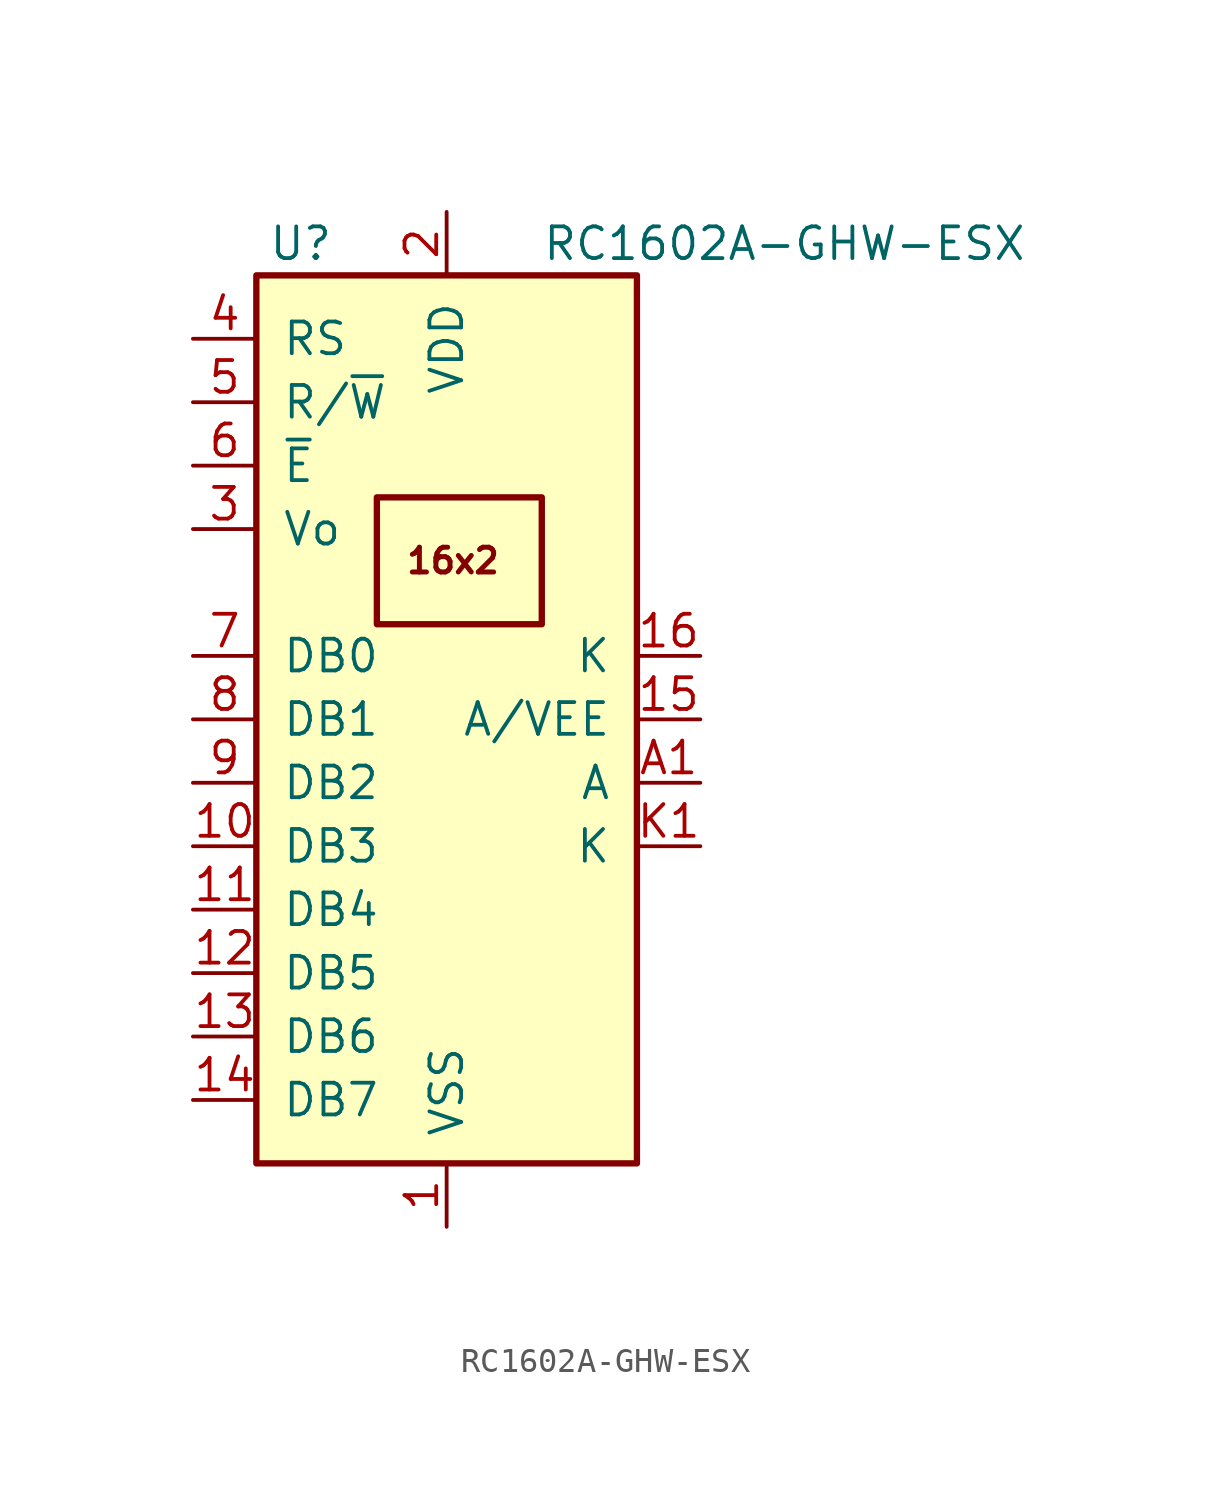
<source format=kicad_sym>
(kicad_symbol_lib
  (version 20231120)
  (generator "kicad_symbol_editor")
  (generator_version "8.0")
  (symbol "RC1602A-GHW-ESX"
    (pin_names
      (offset 1.016))
    (property "Reference" "U"
      (at -5.842 19.05 0)
      (effects (font (size 1.27 1.27))))
    (property "Value" "RC1602A-GHW-ESX"
      (at 3.81 19.05 0)
      (effects (font (size 1.27 1.27)) (justify left)))
    (symbol "RC1602A-GHW-ESX_0_0"
      (rectangle (start -2.794 8.89) (end 3.81 3.81) (stroke (width 0.254) (type default)) (fill (type background)))
      (text "16x2" (at 0.254 6.35 0) (effects (font (size 0.991 0.991) (bold yes)))))
    (symbol "RC1602A-GHW-ESX_0_1"
      (rectangle (start -7.62 17.78) (end 7.62 -17.78) (stroke (width 0.254) (type default)) (fill (type background))))
    (symbol "RC1602A-GHW-ESX_1_1"
      (pin power_in line (at 0 -20.32 90) (length 2.54) (name "VSS" (effects (font (size 1.27 1.27)))) (number "1" (effects (font (size 1.27 1.27)))))
      (pin bidirectional line (at -10.16 -5.08 0) (length 2.54) (name "DB3" (effects (font (size 1.27 1.27)))) (number "10" (effects (font (size 1.27 1.27)))))
      (pin bidirectional line (at -10.16 -7.62 0) (length 2.54) (name "DB4" (effects (font (size 1.27 1.27)))) (number "11" (effects (font (size 1.27 1.27)))))
      (pin bidirectional line (at -10.16 -10.16 0) (length 2.54) (name "DB5" (effects (font (size 1.27 1.27)))) (number "12" (effects (font (size 1.27 1.27)))))
      (pin bidirectional line (at -10.16 -12.7 0) (length 2.54) (name "DB6" (effects (font (size 1.27 1.27)))) (number "13" (effects (font (size 1.27 1.27)))))
      (pin bidirectional line (at -10.16 -15.24 0) (length 2.54) (name "DB7" (effects (font (size 1.27 1.27)))) (number "14" (effects (font (size 1.27 1.27)))))
      (pin passive line (at 10.16 0 180) (length 2.54) (name "A/VEE" (effects (font (size 1.27 1.27)))) (number "15" (effects (font (size 1.27 1.27)))))
      (pin passive line (at 10.16 2.54 180) (length 2.54) (name "K" (effects (font (size 1.27 1.27)))) (number "16" (effects (font (size 1.27 1.27)))))
      (pin power_in line (at 0 20.32 270) (length 2.54) (name "VDD" (effects (font (size 1.27 1.27)))) (number "2" (effects (font (size 1.27 1.27)))))
      (pin input line (at -10.16 7.62 0) (length 2.54) (name "Vo" (effects (font (size 1.27 1.27)))) (number "3" (effects (font (size 1.27 1.27)))))
      (pin input line (at -10.16 15.24 0) (length 2.54) (name "RS" (effects (font (size 1.27 1.27)))) (number "4" (effects (font (size 1.27 1.27)))))
      (pin input line (at -10.16 12.7 0) (length 2.54) (name "R/~{W}" (effects (font (size 1.27 1.27)))) (number "5" (effects (font (size 1.27 1.27)))))
      (pin input line (at -10.16 10.16 0) (length 2.54) (name "~{E}" (effects (font (size 1.27 1.27)))) (number "6" (effects (font (size 1.27 1.27)))))
      (pin bidirectional line (at -10.16 2.54 0) (length 2.54) (name "DB0" (effects (font (size 1.27 1.27)))) (number "7" (effects (font (size 1.27 1.27)))))
      (pin bidirectional line (at -10.16 0 0) (length 2.54) (name "DB1" (effects (font (size 1.27 1.27)))) (number "8" (effects (font (size 1.27 1.27)))))
      (pin bidirectional line (at -10.16 -2.54 0) (length 2.54) (name "DB2" (effects (font (size 1.27 1.27)))) (number "9" (effects (font (size 1.27 1.27)))))
      (pin passive line (at 10.16 -2.54 180) (length 2.54) (name "A" (effects (font (size 1.27 1.27)))) (number "A1" (effects (font (size 1.27 1.27)))))
      (pin passive line (at 10.16 -5.08 180) (length 2.54) (name "K" (effects (font (size 1.27 1.27)))) (number "K1" (effects (font (size 1.27 1.27))))))))
</source>
